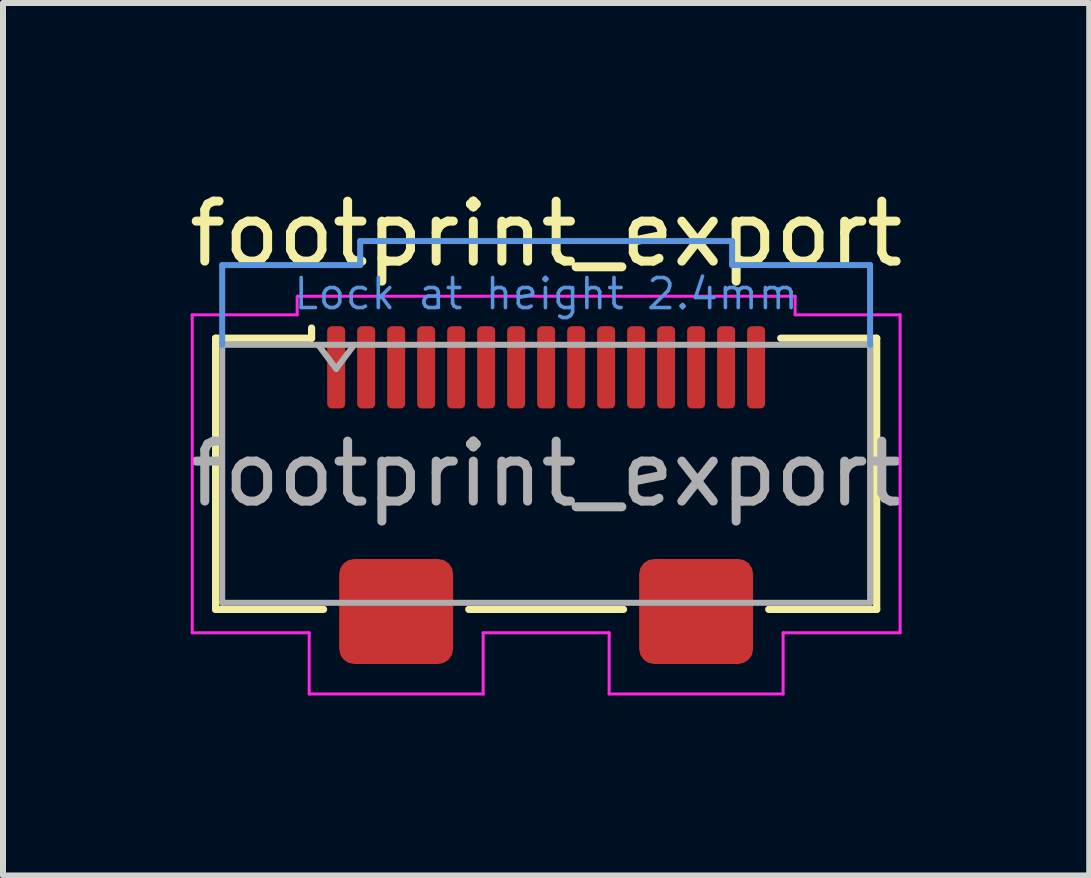
<source format=kicad_pcb>
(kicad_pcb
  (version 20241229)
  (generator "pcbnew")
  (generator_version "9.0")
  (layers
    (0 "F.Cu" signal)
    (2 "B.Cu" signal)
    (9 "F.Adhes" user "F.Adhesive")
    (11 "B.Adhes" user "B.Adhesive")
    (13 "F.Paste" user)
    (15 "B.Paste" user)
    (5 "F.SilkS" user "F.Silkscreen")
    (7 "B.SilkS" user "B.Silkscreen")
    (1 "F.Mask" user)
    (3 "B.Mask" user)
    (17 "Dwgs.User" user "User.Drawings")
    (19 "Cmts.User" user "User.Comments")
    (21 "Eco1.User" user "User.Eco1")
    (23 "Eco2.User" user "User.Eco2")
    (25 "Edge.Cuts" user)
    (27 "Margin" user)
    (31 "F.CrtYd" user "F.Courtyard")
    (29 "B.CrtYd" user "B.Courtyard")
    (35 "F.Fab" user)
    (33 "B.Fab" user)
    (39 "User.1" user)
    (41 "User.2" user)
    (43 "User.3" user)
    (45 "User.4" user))
  (footprint "footprint_export"
    (layer "F.Cu")
    (at 6.054 4.118)
    (property "Reference" "footprint_export" (at 0 -3.27 0) (layer "F.SilkS") (effects (font (size 1 1) (thickness 0.15))))
    (attr smd)
    (fp_line (start -5.51 2.99) (end -5.51 -1.53) (stroke (width 0.12) (type solid)) (layer "F.SilkS"))
    (fp_line (start -3.91 -1.53) (end -5.51 -1.53) (stroke (width 0.12) (type solid)) (layer "F.SilkS"))
    (fp_line (start -3.91 -1.53) (end -3.91 -1.7) (stroke (width 0.12) (type solid)) (layer "F.SilkS"))
    (fp_line (start -3.71 2.99) (end -5.51 2.99) (stroke (width 0.12) (type solid)) (layer "F.SilkS"))
    (fp_line (start -1.29 2.99) (end 1.29 2.99) (stroke (width 0.12) (type solid)) (layer "F.SilkS"))
    (fp_line (start 3.71 2.99) (end 5.51 2.99) (stroke (width 0.12) (type solid)) (layer "F.SilkS"))
    (fp_line (start 3.91 -1.53) (end 5.51 -1.53) (stroke (width 0.12) (type solid)) (layer "F.SilkS"))
    (fp_line (start 5.51 2.99) (end 5.51 -1.53) (stroke (width 0.12) (type solid)) (layer "F.SilkS"))
    (fp_line (start -5.4 -2.75) (end -5.4 -1.42) (stroke (width 0.1) (type solid)) (layer "Cmts.User"))
    (fp_line (start -3.1 -3.15) (end -3.1 -2.75) (stroke (width 0.1) (type solid)) (layer "Cmts.User"))
    (fp_line (start -3.1 -3.15) (end 3.1 -3.15) (stroke (width 0.1) (type solid)) (layer "Cmts.User"))
    (fp_line (start -3.1 -2.75) (end -5.4 -2.75) (stroke (width 0.1) (type solid)) (layer "Cmts.User"))
    (fp_line (start 3.1 -3.15) (end 3.1 -2.75) (stroke (width 0.1) (type solid)) (layer "Cmts.User"))
    (fp_line (start 3.1 -2.75) (end 5.4 -2.75) (stroke (width 0.1) (type solid)) (layer "Cmts.User"))
    (fp_line (start 5.4 -2.75) (end 5.4 -1.42) (stroke (width 0.1) (type solid)) (layer "Cmts.User"))
    (fp_line (start -5.9 -1.92) (end -4.15 -1.92) (stroke (width 0.05) (type solid)) (layer "F.CrtYd"))
    (fp_line (start -5.9 3.38) (end -5.9 -1.92) (stroke (width 0.05) (type solid)) (layer "F.CrtYd"))
    (fp_line (start -4.15 -1.92) (end -4.15 -2.23) (stroke (width 0.05) (type solid)) (layer "F.CrtYd"))
    (fp_line (start -3.95 3.38) (end -5.9 3.38) (stroke (width 0.05) (type solid)) (layer "F.CrtYd"))
    (fp_line (start -3.95 3.38) (end -3.95 4.4) (stroke (width 0.05) (type solid)) (layer "F.CrtYd"))
    (fp_line (start -1.05 3.38) (end -1.05 4.4) (stroke (width 0.05) (type solid)) (layer "F.CrtYd"))
    (fp_line (start -1.05 4.4) (end -3.95 4.4) (stroke (width 0.05) (type solid)) (layer "F.CrtYd"))
    (fp_line (start 1.05 3.38) (end -1.05 3.38) (stroke (width 0.05) (type solid)) (layer "F.CrtYd"))
    (fp_line (start 1.05 3.38) (end 1.05 4.4) (stroke (width 0.05) (type solid)) (layer "F.CrtYd"))
    (fp_line (start 1.05 4.4) (end 3.95 4.4) (stroke (width 0.05) (type solid)) (layer "F.CrtYd"))
    (fp_line (start 3.95 3.38) (end 3.95 4.4) (stroke (width 0.05) (type solid)) (layer "F.CrtYd"))
    (fp_line (start 3.95 3.38) (end 5.9 3.38) (stroke (width 0.05) (type solid)) (layer "F.CrtYd"))
    (fp_line (start 4.15 -2.23) (end -4.15 -2.23) (stroke (width 0.05) (type solid)) (layer "F.CrtYd"))
    (fp_line (start 4.15 -1.92) (end 4.15 -2.23) (stroke (width 0.05) (type solid)) (layer "F.CrtYd"))
    (fp_line (start 5.9 -1.92) (end 4.15 -1.92) (stroke (width 0.05) (type solid)) (layer "F.CrtYd"))
    (fp_line (start 5.9 3.38) (end 5.9 -1.92) (stroke (width 0.05) (type solid)) (layer "F.CrtYd"))
    (fp_line (start -5.4 -1.42) (end -5.4 2.88) (stroke (width 0.1) (type solid)) (layer "F.Fab"))
    (fp_line (start -5.4 -1.42) (end 5.4 -1.42) (stroke (width 0.1) (type solid)) (layer "F.Fab"))
    (fp_line (start -5.4 2.88) (end 5.4 2.88) (stroke (width 0.1) (type solid)) (layer "F.Fab"))
    (fp_line (start -3.8 -1.42) (end -3.5 -1.02) (stroke (width 0.1) (type solid)) (layer "F.Fab"))
    (fp_line (start -3.5 -1.02) (end -3.2 -1.42) (stroke (width 0.1) (type solid)) (layer "F.Fab"))
    (fp_line (start 5.4 -1.42) (end 5.4 2.88) (stroke (width 0.1) (type solid)) (layer "F.Fab"))
    (fp_text user "Lock at height 2.4mm" (at 0 -2.27 0) (layer "Cmts.User") (effects (font (size 0.5 0.5) (thickness 0.06))))
    (fp_text user "${REFERENCE}" (at 0 0.73 0) (layer "F.Fab") (effects (font (size 1 1) (thickness 0.15))))
    (pad "1" smd roundrect (at -3.5 -1.045) (size 0.3 1.37) (layers "F.Cu" "F.Mask" "F.Paste") (roundrect_rratio 0.25))
    (pad "2" smd roundrect (at -3 -1.045) (size 0.3 1.37) (layers "F.Cu" "F.Mask" "F.Paste") (roundrect_rratio 0.25))
    (pad "3" smd roundrect (at -2.5 -1.045) (size 0.3 1.37) (layers "F.Cu" "F.Mask" "F.Paste") (roundrect_rratio 0.25))
    (pad "4" smd roundrect (at -2 -1.045) (size 0.3 1.37) (layers "F.Cu" "F.Mask" "F.Paste") (roundrect_rratio 0.25))
    (pad "5" smd roundrect (at -1.5 -1.045) (size 0.3 1.37) (layers "F.Cu" "F.Mask" "F.Paste") (roundrect_rratio 0.25))
    (pad "6" smd roundrect (at -1 -1.045) (size 0.3 1.37) (layers "F.Cu" "F.Mask" "F.Paste") (roundrect_rratio 0.25))
    (pad "7" smd roundrect (at -0.5 -1.045) (size 0.3 1.37) (layers "F.Cu" "F.Mask" "F.Paste") (roundrect_rratio 0.25))
    (pad "8" smd roundrect (at 0 -1.045) (size 0.3 1.37) (layers "F.Cu" "F.Mask" "F.Paste") (roundrect_rratio 0.25))
    (pad "9" smd roundrect (at 0.5 -1.045) (size 0.3 1.37) (layers "F.Cu" "F.Mask" "F.Paste") (roundrect_rratio 0.25))
    (pad "10" smd roundrect (at 1 -1.045) (size 0.3 1.37) (layers "F.Cu" "F.Mask" "F.Paste") (roundrect_rratio 0.25))
    (pad "11" smd roundrect (at 1.5 -1.045) (size 0.3 1.37) (layers "F.Cu" "F.Mask" "F.Paste") (roundrect_rratio 0.25))
    (pad "12" smd roundrect (at 2 -1.045) (size 0.3 1.37) (layers "F.Cu" "F.Mask" "F.Paste") (roundrect_rratio 0.25))
    (pad "13" smd roundrect (at 2.5 -1.045) (size 0.3 1.37) (layers "F.Cu" "F.Mask" "F.Paste") (roundrect_rratio 0.25))
    (pad "14" smd roundrect (at 3 -1.045) (size 0.3 1.37) (layers "F.Cu" "F.Mask" "F.Paste") (roundrect_rratio 0.25))
    (pad "15" smd roundrect (at 3.5 -1.045) (size 0.3 1.37) (layers "F.Cu" "F.Mask" "F.Paste") (roundrect_rratio 0.25))
    (pad "SH" smd roundrect (at -2.5 3.025) (size 1.9 1.75) (layers "F.Cu" "F.Mask" "F.Paste") (roundrect_rratio 0.143))
    (pad "SH" smd roundrect (at 2.5 3.025) (size 1.9 1.75) (layers "F.Cu" "F.Mask" "F.Paste") (roundrect_rratio 0.143)))
  (gr_rect
    (start -3 -3)
    (end 15.107 11.543)
    (stroke (width 0.1) (type default))
    (fill no)
    (layer "Edge.Cuts")))
</source>
